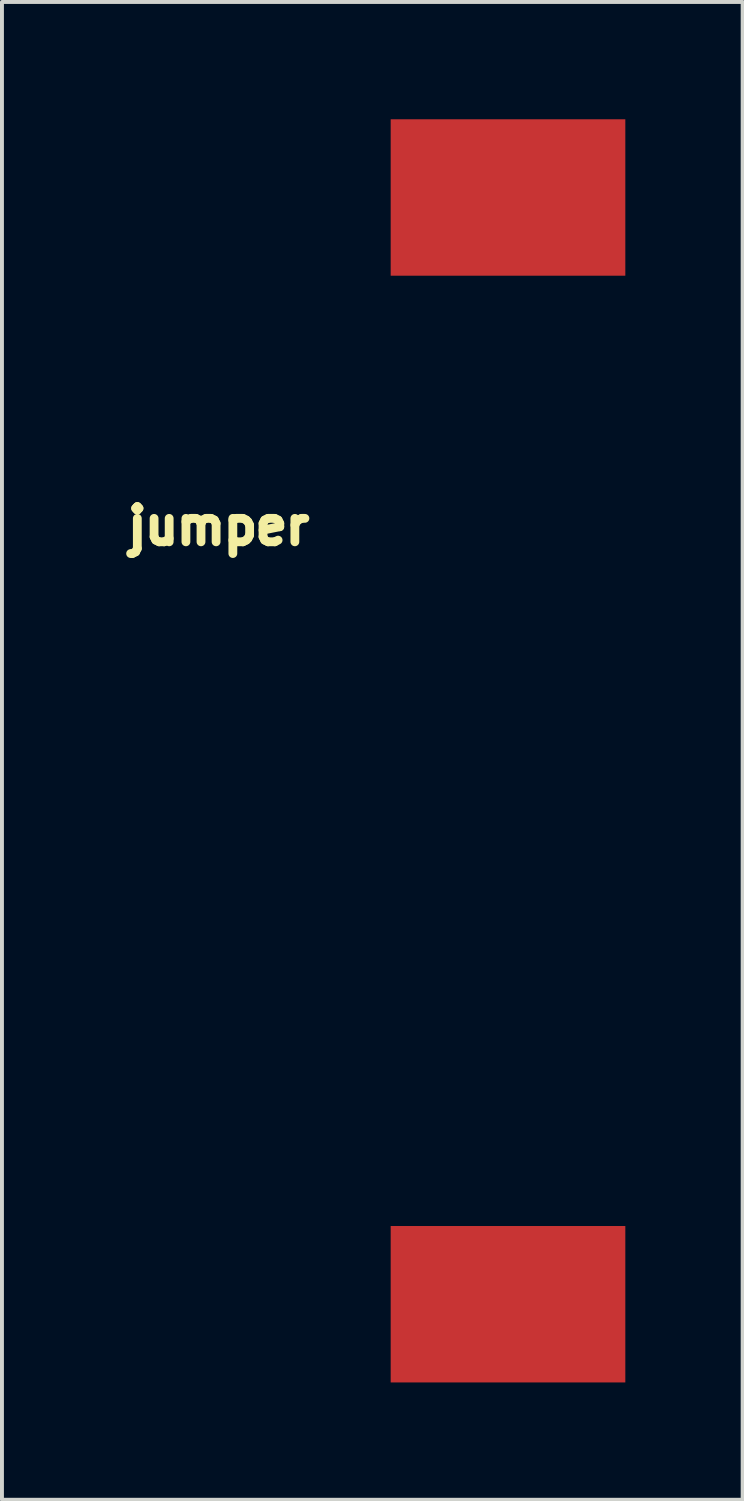
<source format=kicad_pcb>
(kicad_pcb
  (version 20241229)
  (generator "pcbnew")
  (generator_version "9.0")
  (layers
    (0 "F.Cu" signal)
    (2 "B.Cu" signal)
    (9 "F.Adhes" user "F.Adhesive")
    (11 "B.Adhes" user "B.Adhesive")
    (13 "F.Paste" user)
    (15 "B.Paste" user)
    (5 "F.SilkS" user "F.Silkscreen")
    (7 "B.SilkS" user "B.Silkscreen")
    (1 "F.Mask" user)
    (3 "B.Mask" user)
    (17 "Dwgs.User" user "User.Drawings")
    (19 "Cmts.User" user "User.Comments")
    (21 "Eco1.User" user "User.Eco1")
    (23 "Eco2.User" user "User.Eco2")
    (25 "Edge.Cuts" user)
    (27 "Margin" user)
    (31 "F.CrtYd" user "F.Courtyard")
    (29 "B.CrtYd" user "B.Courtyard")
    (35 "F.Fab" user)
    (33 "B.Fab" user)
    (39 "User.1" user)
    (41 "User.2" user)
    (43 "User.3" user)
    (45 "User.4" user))
  (footprint "jumper"
    (layer "F.Cu")
    (at 9.84 14.2)
    (property "Reference" "jumper" (at -7.3 -3.8 0) (layer "F.SilkS") (effects (font (size 0.9 0.9) (thickness 0.225))))
    (attr through_hole)
    (pad "1" smd rect (at 0.1 -12.2) (size 6 4) (layers "F.Cu" "F.Mask" "F.Paste"))
    (pad "2" smd rect (at 0.1 16.1) (size 6 4) (layers "F.Cu" "F.Mask" "F.Paste")))
  (gr_rect
    (start -3 -3)
    (end 15.94 35.3)
    (stroke (width 0.1) (type default))
    (fill no)
    (layer "Edge.Cuts")))
</source>
